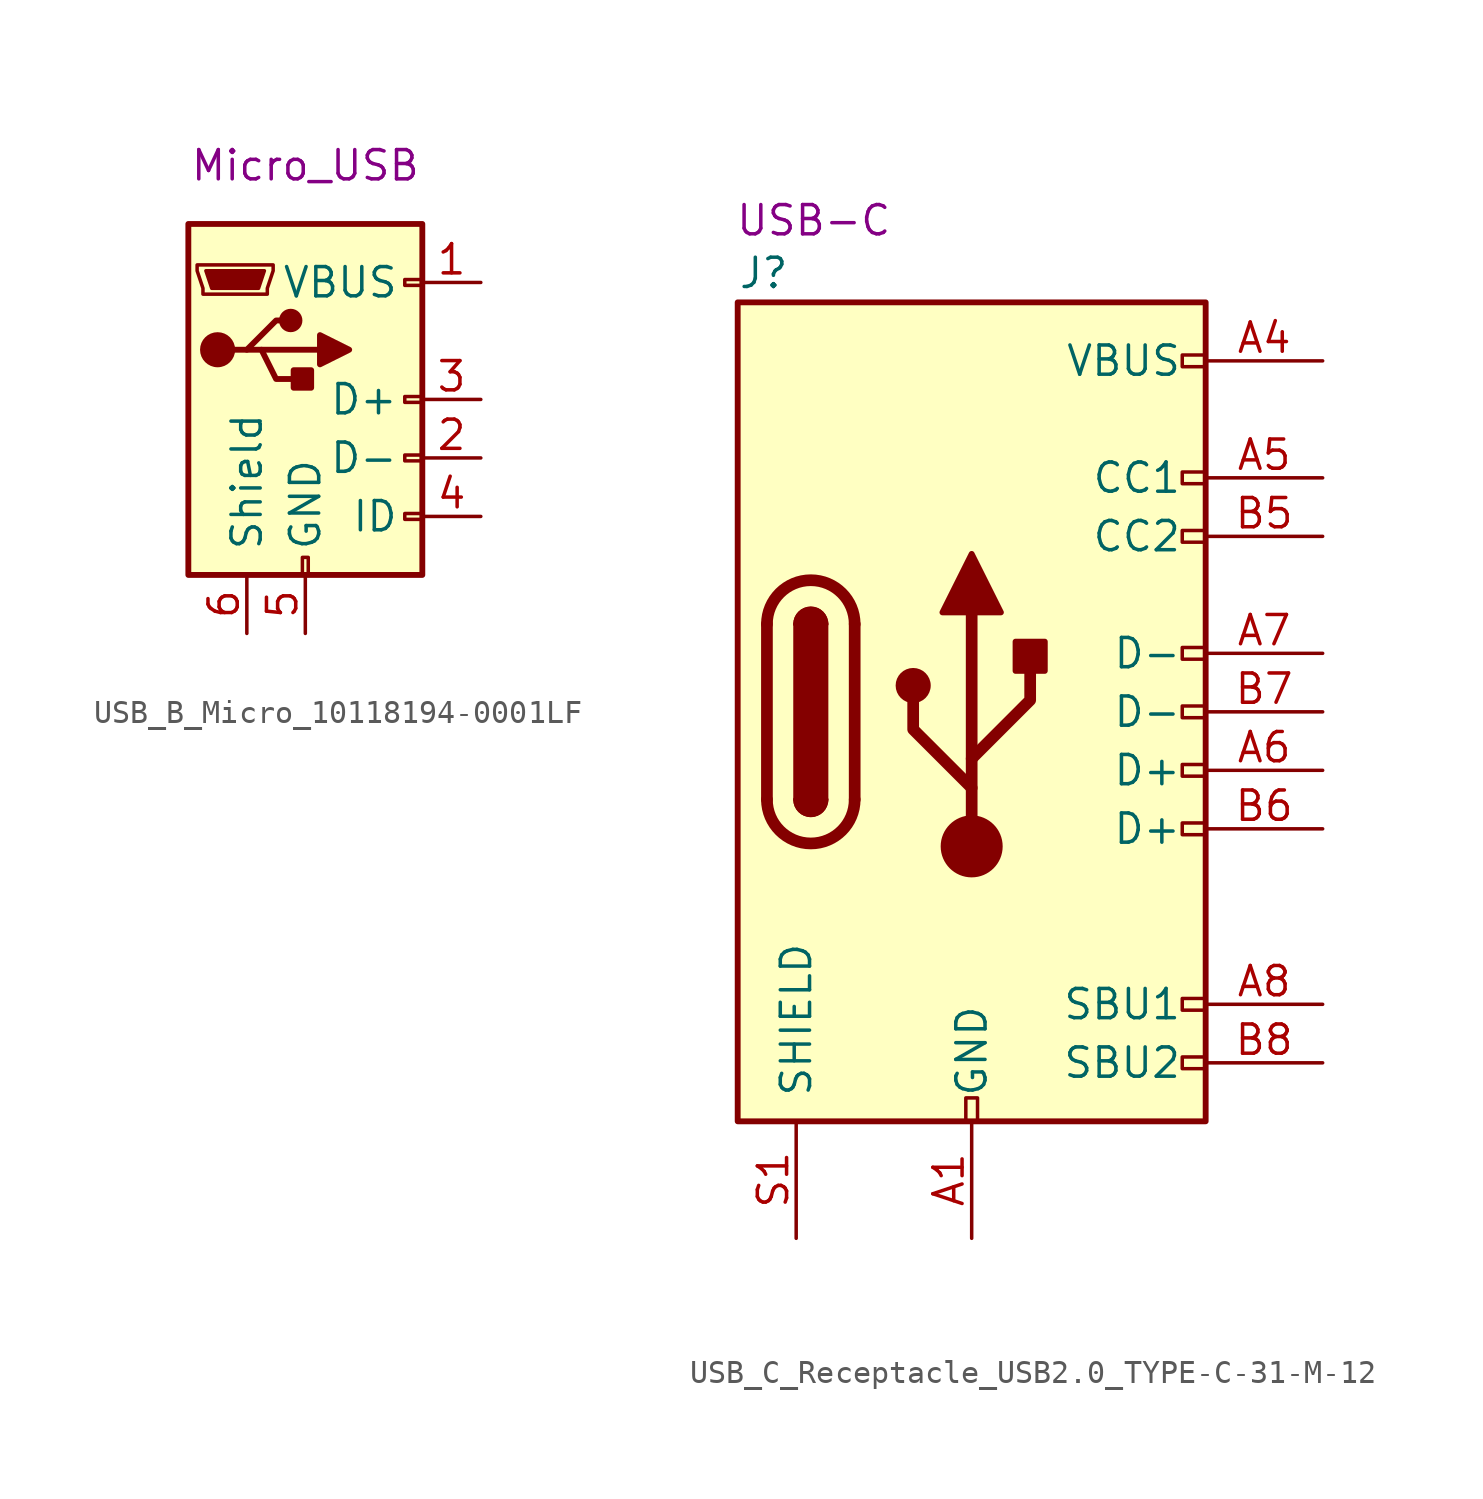
<source format=kicad_sym>
(kicad_symbol_lib
  (version 20220914)
  (generator kicad_symbol_editor)
  (symbol "USB_B_Micro_10118194-0001LF"
    (pin_names
      (offset 1.016))
    (property "Reference" "J"
      (at 0 12.7 0)
      (effects (font (size 1.27 1.27)) (justify left) hide))
    (property "UserValue" "Micro_USB"
      (at 0 10.16 0)
      (effects (font (size 1.27 1.27))))
    (symbol "USB_B_Micro_10118194-0001LF_0_1"
      (rectangle (start -5.08 -7.62) (end 5.08 7.62) (stroke (width 0.254) (type default)) (fill (type background)))
      (circle (center -3.81 2.159) (radius 0.635) (stroke (width 0.254) (type default)) (fill (type outline)))
      (circle (center -0.635 3.429) (radius 0.381) (stroke (width 0.254) (type default)) (fill (type outline)))
      (rectangle (start -0.127 -7.62) (end 0.127 -6.858) (stroke (width 0) (type default)) (fill (type none)))
      (polyline (pts (xy -1.905 2.159) (xy 0.635 2.159)) (stroke (width 0.254) (type default)) (fill (type none)))
      (polyline (pts (xy -3.175 2.159) (xy -2.54 2.159) (xy -1.27 3.429) (xy -0.635 3.429)) (stroke (width 0.254) (type default)) (fill (type none)))
      (polyline (pts (xy -2.54 2.159) (xy -1.905 2.159) (xy -1.27 0.889) (xy 0 0.889)) (stroke (width 0.254) (type default)) (fill (type none)))
      (polyline (pts (xy 0.635 2.794) (xy 0.635 1.524) (xy 1.905 2.159) (xy 0.635 2.794)) (stroke (width 0.254) (type default)) (fill (type outline)))
      (polyline (pts (xy -4.318 5.588) (xy -1.778 5.588) (xy -2.032 4.826) (xy -4.064 4.826) (xy -4.318 5.588)) (stroke (width 0) (type default)) (fill (type outline)))
      (polyline (pts (xy -4.699 5.842) (xy -4.699 5.588) (xy -4.445 4.826) (xy -4.445 4.572) (xy -1.651 4.572) (xy -1.651 4.826) (xy -1.397 5.588) (xy -1.397 5.842) (xy -4.699 5.842)) (stroke (width 0) (type default)) (fill (type none)))
      (rectangle (start 0.254 1.27) (end -0.508 0.508) (stroke (width 0.254) (type default)) (fill (type outline)))
      (rectangle (start 5.08 -5.207) (end 4.318 -4.953) (stroke (width 0) (type default)) (fill (type none)))
      (rectangle (start 5.08 -2.667) (end 4.318 -2.413) (stroke (width 0) (type default)) (fill (type none)))
      (rectangle (start 5.08 -0.127) (end 4.318 0.127) (stroke (width 0) (type default)) (fill (type none)))
      (rectangle (start 5.08 4.953) (end 4.318 5.207) (stroke (width 0) (type default)) (fill (type none))))
    (symbol "USB_B_Micro_10118194-0001LF_1_1"
      (pin power_out line (at 7.62 5.08 180) (length 2.54) (name "VBUS" (effects (font (size 1.27 1.27)))) (number "1" (effects (font (size 1.27 1.27)))))
      (pin bidirectional line (at 7.62 -2.54 180) (length 2.54) (name "D-" (effects (font (size 1.27 1.27)))) (number "2" (effects (font (size 1.27 1.27)))))
      (pin bidirectional line (at 7.62 0 180) (length 2.54) (name "D+" (effects (font (size 1.27 1.27)))) (number "3" (effects (font (size 1.27 1.27)))))
      (pin passive line (at 7.62 -5.08 180) (length 2.54) (name "ID" (effects (font (size 1.27 1.27)))) (number "4" (effects (font (size 1.27 1.27)))))
      (pin power_out line (at 0 -10.16 90) (length 2.54) (name "GND" (effects (font (size 1.27 1.27)))) (number "5" (effects (font (size 1.27 1.27)))))
      (pin passive line (at -2.54 -10.16 90) (length 2.54) (name "Shield" (effects (font (size 1.27 1.27)))) (number "6" (effects (font (size 1.27 1.27)))))))
  (symbol "USB_C_Receptacle_USB2.0_TYPE-C-31-M-12"
    (pin_names
      (offset 1.016))
    (property "Reference" "J"
      (at -10.16 19.05 0)
      (effects (font (size 1.27 1.27)) (justify left)))
    (property "UserValue" "USB-C"
      (at -6.858 21.336 0)
      (effects (font (size 1.27 1.27))))
    (symbol "USB_C_Receptacle_USB2.0_TYPE-C-31-M-12_0_0"
      (rectangle (start -0.254 -17.78) (end 0.254 -16.764) (stroke (width 0) (type default)) (fill (type none)))
      (rectangle (start 10.16 -14.986) (end 9.144 -15.494) (stroke (width 0) (type default)) (fill (type none)))
      (rectangle (start 10.16 -12.446) (end 9.144 -12.954) (stroke (width 0) (type default)) (fill (type none)))
      (rectangle (start 10.16 -4.826) (end 9.144 -5.334) (stroke (width 0) (type default)) (fill (type none)))
      (rectangle (start 10.16 -2.286) (end 9.144 -2.794) (stroke (width 0) (type default)) (fill (type none)))
      (rectangle (start 10.16 0.254) (end 9.144 -0.254) (stroke (width 0) (type default)) (fill (type none)))
      (rectangle (start 10.16 2.794) (end 9.144 2.286) (stroke (width 0) (type default)) (fill (type none)))
      (rectangle (start 10.16 7.874) (end 9.144 7.366) (stroke (width 0) (type default)) (fill (type none)))
      (rectangle (start 10.16 10.414) (end 9.144 9.906) (stroke (width 0) (type default)) (fill (type none)))
      (rectangle (start 10.16 15.494) (end 9.144 14.986) (stroke (width 0) (type default)) (fill (type none))))
    (symbol "USB_C_Receptacle_USB2.0_TYPE-C-31-M-12_0_1"
      (rectangle (start -10.16 17.78) (end 10.16 -17.78) (stroke (width 0.254) (type default)) (fill (type background)))
      (arc (start -8.89 -3.81) (mid -6.985 -5.7067) (end -5.08 -3.81) (stroke (width 0.508) (type default)) (fill (type none)))
      (arc (start -7.62 -3.81) (mid -6.985 -4.4423) (end -6.35 -3.81) (stroke (width 0.254) (type default)) (fill (type none)))
      (arc (start -7.62 -3.81) (mid -6.985 -4.4423) (end -6.35 -3.81) (stroke (width 0.254) (type default)) (fill (type outline)))
      (rectangle (start -7.62 -3.81) (end -6.35 3.81) (stroke (width 0.254) (type default)) (fill (type outline)))
      (arc (start -6.35 3.81) (mid -6.985 4.4423) (end -7.62 3.81) (stroke (width 0.254) (type default)) (fill (type none)))
      (arc (start -6.35 3.81) (mid -6.985 4.4423) (end -7.62 3.81) (stroke (width 0.254) (type default)) (fill (type outline)))
      (arc (start -5.08 3.81) (mid -6.985 5.7067) (end -8.89 3.81) (stroke (width 0.508) (type default)) (fill (type none)))
      (circle (center -2.54 1.143) (radius 0.635) (stroke (width 0.254) (type default)) (fill (type outline)))
      (circle (center 0 -5.842) (radius 1.27) (stroke (width 0) (type default)) (fill (type outline)))
      (polyline (pts (xy -8.89 -3.81) (xy -8.89 3.81)) (stroke (width 0.508) (type default)) (fill (type none)))
      (polyline (pts (xy -5.08 3.81) (xy -5.08 -3.81)) (stroke (width 0.508) (type default)) (fill (type none)))
      (polyline (pts (xy 0 -5.842) (xy 0 4.318)) (stroke (width 0.508) (type default)) (fill (type none)))
      (polyline (pts (xy 0 -3.302) (xy -2.54 -0.762) (xy -2.54 0.508)) (stroke (width 0.508) (type default)) (fill (type none)))
      (polyline (pts (xy 0 -2.032) (xy 2.54 0.508) (xy 2.54 1.778)) (stroke (width 0.508) (type default)) (fill (type none)))
      (polyline (pts (xy -1.27 4.318) (xy 0 6.858) (xy 1.27 4.318) (xy -1.27 4.318)) (stroke (width 0.254) (type default)) (fill (type outline)))
      (rectangle (start 1.905 1.778) (end 3.175 3.048) (stroke (width 0.254) (type default)) (fill (type outline))))
    (symbol "USB_C_Receptacle_USB2.0_TYPE-C-31-M-12_1_1"
      (pin passive line (at 0 -22.86 90) (length 5.08) (name "GND" (effects (font (size 1.27 1.27)))) (number "A1" (effects (font (size 1.27 1.27)))))
      (pin passive line (at 0 -22.86 90) (length 5.08) hide (name "GND" (effects (font (size 1.27 1.27)))) (number "A12" (effects (font (size 1.27 1.27)))))
      (pin passive line (at 15.24 15.24 180) (length 5.08) (name "VBUS" (effects (font (size 1.27 1.27)))) (number "A4" (effects (font (size 1.27 1.27)))))
      (pin bidirectional line (at 15.24 10.16 180) (length 5.08) (name "CC1" (effects (font (size 1.27 1.27)))) (number "A5" (effects (font (size 1.27 1.27)))))
      (pin bidirectional line (at 15.24 -2.54 180) (length 5.08) (name "D+" (effects (font (size 1.27 1.27)))) (number "A6" (effects (font (size 1.27 1.27)))))
      (pin bidirectional line (at 15.24 2.54 180) (length 5.08) (name "D-" (effects (font (size 1.27 1.27)))) (number "A7" (effects (font (size 1.27 1.27)))))
      (pin bidirectional line (at 15.24 -12.7 180) (length 5.08) (name "SBU1" (effects (font (size 1.27 1.27)))) (number "A8" (effects (font (size 1.27 1.27)))))
      (pin passive line (at 15.24 15.24 180) (length 5.08) hide (name "VBUS" (effects (font (size 1.27 1.27)))) (number "A9" (effects (font (size 1.27 1.27)))))
      (pin passive line (at 0 -22.86 90) (length 5.08) hide (name "GND" (effects (font (size 1.27 1.27)))) (number "B1" (effects (font (size 1.27 1.27)))))
      (pin passive line (at 0 -22.86 90) (length 5.08) hide (name "GND" (effects (font (size 1.27 1.27)))) (number "B12" (effects (font (size 1.27 1.27)))))
      (pin passive line (at 15.24 15.24 180) (length 5.08) hide (name "VBUS" (effects (font (size 1.27 1.27)))) (number "B4" (effects (font (size 1.27 1.27)))))
      (pin bidirectional line (at 15.24 7.62 180) (length 5.08) (name "CC2" (effects (font (size 1.27 1.27)))) (number "B5" (effects (font (size 1.27 1.27)))))
      (pin bidirectional line (at 15.24 -5.08 180) (length 5.08) (name "D+" (effects (font (size 1.27 1.27)))) (number "B6" (effects (font (size 1.27 1.27)))))
      (pin bidirectional line (at 15.24 0 180) (length 5.08) (name "D-" (effects (font (size 1.27 1.27)))) (number "B7" (effects (font (size 1.27 1.27)))))
      (pin bidirectional line (at 15.24 -15.24 180) (length 5.08) (name "SBU2" (effects (font (size 1.27 1.27)))) (number "B8" (effects (font (size 1.27 1.27)))))
      (pin passive line (at 15.24 15.24 180) (length 5.08) hide (name "VBUS" (effects (font (size 1.27 1.27)))) (number "B9" (effects (font (size 1.27 1.27)))))
      (pin passive line (at -7.62 -22.86 90) (length 5.08) (name "SHIELD" (effects (font (size 1.27 1.27)))) (number "S1" (effects (font (size 1.27 1.27))))))))
</source>
